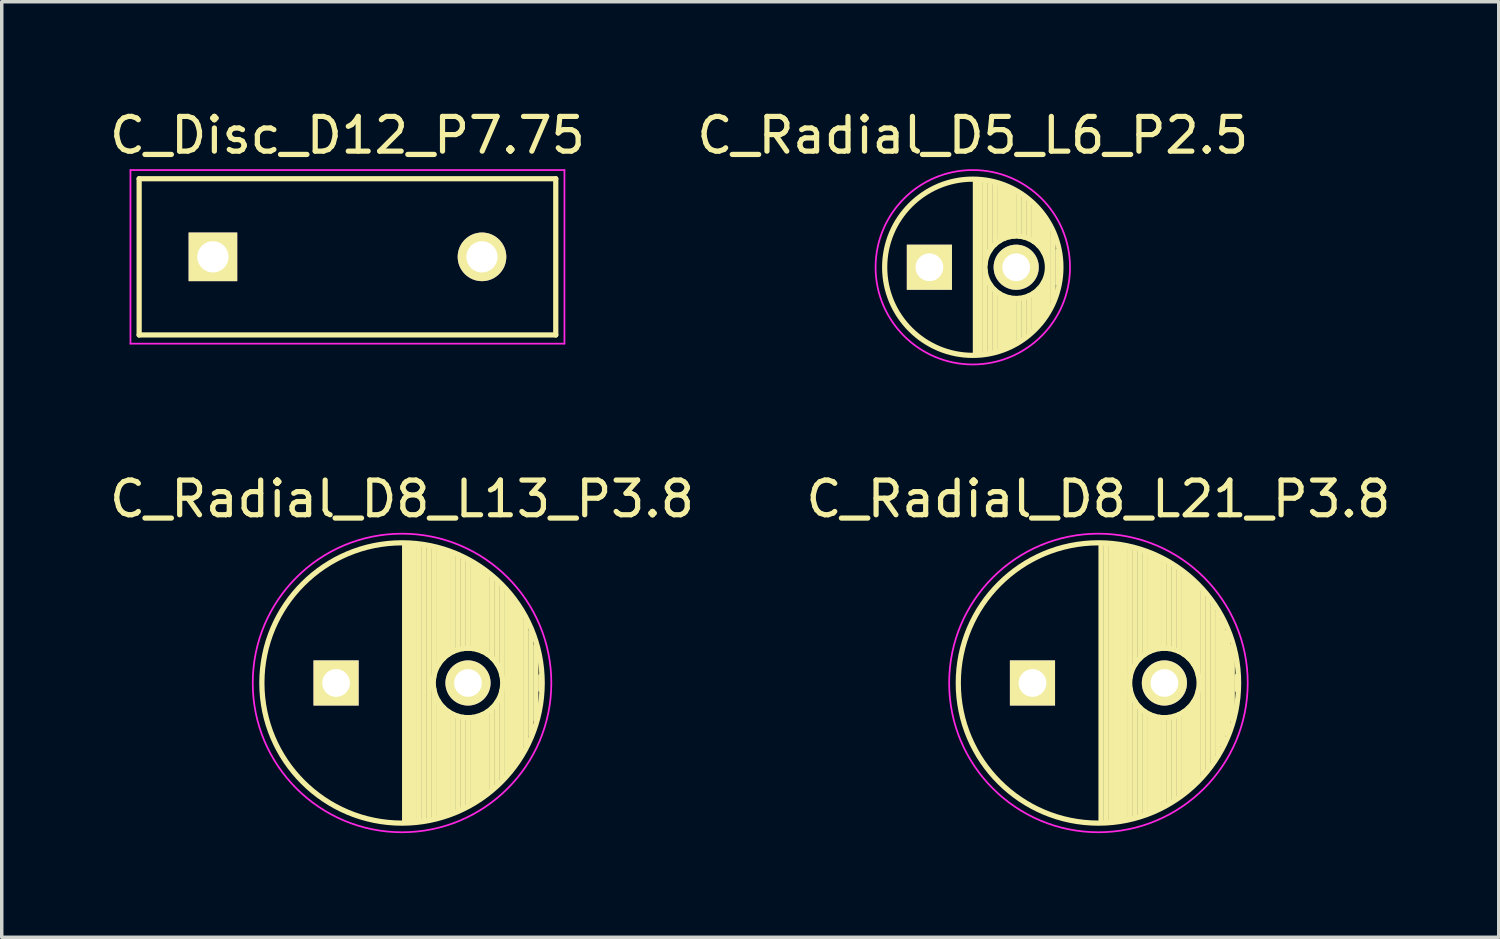
<source format=kicad_pcb>
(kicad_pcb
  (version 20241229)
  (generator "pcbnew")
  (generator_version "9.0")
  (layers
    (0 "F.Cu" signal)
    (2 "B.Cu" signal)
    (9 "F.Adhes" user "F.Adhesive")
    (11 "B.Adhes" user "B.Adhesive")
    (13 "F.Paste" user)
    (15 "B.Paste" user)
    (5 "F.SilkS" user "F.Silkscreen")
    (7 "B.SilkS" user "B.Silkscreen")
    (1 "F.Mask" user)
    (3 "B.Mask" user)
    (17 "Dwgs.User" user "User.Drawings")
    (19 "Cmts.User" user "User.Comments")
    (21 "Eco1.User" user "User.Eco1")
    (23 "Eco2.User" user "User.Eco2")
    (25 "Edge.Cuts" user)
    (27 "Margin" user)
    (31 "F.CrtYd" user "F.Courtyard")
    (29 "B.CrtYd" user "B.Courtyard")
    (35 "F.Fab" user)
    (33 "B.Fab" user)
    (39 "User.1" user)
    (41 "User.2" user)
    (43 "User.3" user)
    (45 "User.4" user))
  (footprint "C_Radial_D5_L6_P2.5"
    (layer "F.Cu")
    (at 23.72 4.648)
    (property "Reference" "C_Radial_D5_L6_P2.5" (at 1.25 -3.8 0) (layer "F.SilkS") (effects (font (size 1 1) (thickness 0.15))))
    (attr through_hole)
    (fp_line (start 1.325 -2.499) (end 1.325 2.499) (stroke (width 0.15) (type solid)) (layer "F.SilkS"))
    (fp_line (start 1.465 -2.491) (end 1.465 2.491) (stroke (width 0.15) (type solid)) (layer "F.SilkS"))
    (fp_line (start 1.605 -2.475) (end 1.605 -0.095) (stroke (width 0.15) (type solid)) (layer "F.SilkS"))
    (fp_line (start 1.605 0.095) (end 1.605 2.475) (stroke (width 0.15) (type solid)) (layer "F.SilkS"))
    (fp_line (start 1.745 -2.451) (end 1.745 -0.49) (stroke (width 0.15) (type solid)) (layer "F.SilkS"))
    (fp_line (start 1.745 0.49) (end 1.745 2.451) (stroke (width 0.15) (type solid)) (layer "F.SilkS"))
    (fp_line (start 1.885 -2.418) (end 1.885 -0.657) (stroke (width 0.15) (type solid)) (layer "F.SilkS"))
    (fp_line (start 1.885 0.657) (end 1.885 2.418) (stroke (width 0.15) (type solid)) (layer "F.SilkS"))
    (fp_line (start 2.025 -2.377) (end 2.025 -0.764) (stroke (width 0.15) (type solid)) (layer "F.SilkS"))
    (fp_line (start 2.025 0.764) (end 2.025 2.377) (stroke (width 0.15) (type solid)) (layer "F.SilkS"))
    (fp_line (start 2.165 -2.327) (end 2.165 -0.835) (stroke (width 0.15) (type solid)) (layer "F.SilkS"))
    (fp_line (start 2.165 0.835) (end 2.165 2.327) (stroke (width 0.15) (type solid)) (layer "F.SilkS"))
    (fp_line (start 2.305 -2.266) (end 2.305 -0.879) (stroke (width 0.15) (type solid)) (layer "F.SilkS"))
    (fp_line (start 2.305 0.879) (end 2.305 2.266) (stroke (width 0.15) (type solid)) (layer "F.SilkS"))
    (fp_line (start 2.445 -2.196) (end 2.445 -0.898) (stroke (width 0.15) (type solid)) (layer "F.SilkS"))
    (fp_line (start 2.445 0.898) (end 2.445 2.196) (stroke (width 0.15) (type solid)) (layer "F.SilkS"))
    (fp_line (start 2.585 -2.114) (end 2.585 -0.896) (stroke (width 0.15) (type solid)) (layer "F.SilkS"))
    (fp_line (start 2.585 0.896) (end 2.585 2.114) (stroke (width 0.15) (type solid)) (layer "F.SilkS"))
    (fp_line (start 2.725 -2.019) (end 2.725 -0.871) (stroke (width 0.15) (type solid)) (layer "F.SilkS"))
    (fp_line (start 2.725 0.871) (end 2.725 2.019) (stroke (width 0.15) (type solid)) (layer "F.SilkS"))
    (fp_line (start 2.865 -1.908) (end 2.865 -0.823) (stroke (width 0.15) (type solid)) (layer "F.SilkS"))
    (fp_line (start 2.865 0.823) (end 2.865 1.908) (stroke (width 0.15) (type solid)) (layer "F.SilkS"))
    (fp_line (start 3.005 -1.78) (end 3.005 -0.745) (stroke (width 0.15) (type solid)) (layer "F.SilkS"))
    (fp_line (start 3.005 0.745) (end 3.005 1.78) (stroke (width 0.15) (type solid)) (layer "F.SilkS"))
    (fp_line (start 3.145 -1.631) (end 3.145 -0.628) (stroke (width 0.15) (type solid)) (layer "F.SilkS"))
    (fp_line (start 3.145 0.628) (end 3.145 1.631) (stroke (width 0.15) (type solid)) (layer "F.SilkS"))
    (fp_line (start 3.285 -1.452) (end 3.285 -0.44) (stroke (width 0.15) (type solid)) (layer "F.SilkS"))
    (fp_line (start 3.285 0.44) (end 3.285 1.452) (stroke (width 0.15) (type solid)) (layer "F.SilkS"))
    (fp_line (start 3.425 -1.233) (end 3.425 1.233) (stroke (width 0.15) (type solid)) (layer "F.SilkS"))
    (fp_line (start 3.565 -0.944) (end 3.565 0.944) (stroke (width 0.15) (type solid)) (layer "F.SilkS"))
    (fp_line (start 3.705 -0.472) (end 3.705 0.472) (stroke (width 0.15) (type solid)) (layer "F.SilkS"))
    (fp_circle (center 1.25 0) (end 1.25 -2.538) (stroke (width 0.15) (type solid)) (fill no) (layer "F.SilkS"))
    (fp_circle (center 2.5 0) (end 2.5 -0.9) (stroke (width 0.15) (type solid)) (fill no) (layer "F.SilkS"))
    (fp_circle (center 1.25 0) (end 1.25 -2.8) (stroke (width 0.05) (type solid)) (fill no) (layer "F.CrtYd"))
    (pad "1" thru_hole rect (at 0 0) (size 1.3 1.3) (drill 0.8) (layers "*.Cu" "*.Mask" "F.SilkS"))
    (pad "2" thru_hole circle (at 2.5 0) (size 1.3 1.3) (drill 0.8) (layers "*.Cu" "*.Mask" "F.SilkS")))
  (footprint "C_Radial_D8_L13_P3.8"
    (layer "F.Cu")
    (at 6.63 16.622)
    (property "Reference" "C_Radial_D8_L13_P3.8" (at 1.9 -5.3 0) (layer "F.SilkS") (effects (font (size 1 1) (thickness 0.15))))
    (attr through_hole)
    (fp_line (start 1.975 -3.999) (end 1.975 3.999) (stroke (width 0.15) (type solid)) (layer "F.SilkS"))
    (fp_line (start 2.115 -3.994) (end 2.115 3.994) (stroke (width 0.15) (type solid)) (layer "F.SilkS"))
    (fp_line (start 2.255 -3.984) (end 2.255 3.984) (stroke (width 0.15) (type solid)) (layer "F.SilkS"))
    (fp_line (start 2.395 -3.969) (end 2.395 3.969) (stroke (width 0.15) (type solid)) (layer "F.SilkS"))
    (fp_line (start 2.535 -3.949) (end 2.535 3.949) (stroke (width 0.15) (type solid)) (layer "F.SilkS"))
    (fp_line (start 2.675 -3.924) (end 2.675 3.924) (stroke (width 0.15) (type solid)) (layer "F.SilkS"))
    (fp_line (start 2.815 -3.894) (end 2.815 -0.173) (stroke (width 0.15) (type solid)) (layer "F.SilkS"))
    (fp_line (start 2.815 0.173) (end 2.815 3.894) (stroke (width 0.15) (type solid)) (layer "F.SilkS"))
    (fp_line (start 2.955 -3.858) (end 2.955 -0.535) (stroke (width 0.15) (type solid)) (layer "F.SilkS"))
    (fp_line (start 2.955 0.535) (end 2.955 3.858) (stroke (width 0.15) (type solid)) (layer "F.SilkS"))
    (fp_line (start 3.095 -3.817) (end 3.095 -0.709) (stroke (width 0.15) (type solid)) (layer "F.SilkS"))
    (fp_line (start 3.095 0.709) (end 3.095 3.817) (stroke (width 0.15) (type solid)) (layer "F.SilkS"))
    (fp_line (start 3.235 -3.771) (end 3.235 -0.825) (stroke (width 0.15) (type solid)) (layer "F.SilkS"))
    (fp_line (start 3.235 0.825) (end 3.235 3.771) (stroke (width 0.15) (type solid)) (layer "F.SilkS"))
    (fp_line (start 3.375 -3.718) (end 3.375 -0.905) (stroke (width 0.15) (type solid)) (layer "F.SilkS"))
    (fp_line (start 3.375 0.905) (end 3.375 3.718) (stroke (width 0.15) (type solid)) (layer "F.SilkS"))
    (fp_line (start 3.515 -3.659) (end 3.515 -0.959) (stroke (width 0.15) (type solid)) (layer "F.SilkS"))
    (fp_line (start 3.515 0.959) (end 3.515 3.659) (stroke (width 0.15) (type solid)) (layer "F.SilkS"))
    (fp_line (start 3.655 -3.594) (end 3.655 -0.989) (stroke (width 0.15) (type solid)) (layer "F.SilkS"))
    (fp_line (start 3.655 0.989) (end 3.655 3.594) (stroke (width 0.15) (type solid)) (layer "F.SilkS"))
    (fp_line (start 3.795 -3.523) (end 3.795 -1) (stroke (width 0.15) (type solid)) (layer "F.SilkS"))
    (fp_line (start 3.795 1) (end 3.795 3.523) (stroke (width 0.15) (type solid)) (layer "F.SilkS"))
    (fp_line (start 3.935 -3.444) (end 3.935 -0.991) (stroke (width 0.15) (type solid)) (layer "F.SilkS"))
    (fp_line (start 3.935 0.991) (end 3.935 3.444) (stroke (width 0.15) (type solid)) (layer "F.SilkS"))
    (fp_line (start 4.075 -3.357) (end 4.075 -0.961) (stroke (width 0.15) (type solid)) (layer "F.SilkS"))
    (fp_line (start 4.075 0.961) (end 4.075 3.357) (stroke (width 0.15) (type solid)) (layer "F.SilkS"))
    (fp_line (start 4.215 -3.262) (end 4.215 -0.91) (stroke (width 0.15) (type solid)) (layer "F.SilkS"))
    (fp_line (start 4.215 0.91) (end 4.215 3.262) (stroke (width 0.15) (type solid)) (layer "F.SilkS"))
    (fp_line (start 4.355 -3.158) (end 4.355 -0.832) (stroke (width 0.15) (type solid)) (layer "F.SilkS"))
    (fp_line (start 4.355 0.832) (end 4.355 3.158) (stroke (width 0.15) (type solid)) (layer "F.SilkS"))
    (fp_line (start 4.495 -3.044) (end 4.495 -0.719) (stroke (width 0.15) (type solid)) (layer "F.SilkS"))
    (fp_line (start 4.495 0.719) (end 4.495 3.044) (stroke (width 0.15) (type solid)) (layer "F.SilkS"))
    (fp_line (start 4.635 -2.919) (end 4.635 -0.55) (stroke (width 0.15) (type solid)) (layer "F.SilkS"))
    (fp_line (start 4.635 0.55) (end 4.635 2.919) (stroke (width 0.15) (type solid)) (layer "F.SilkS"))
    (fp_line (start 4.775 -2.781) (end 4.775 -0.222) (stroke (width 0.15) (type solid)) (layer "F.SilkS"))
    (fp_line (start 4.775 0.222) (end 4.775 2.781) (stroke (width 0.15) (type solid)) (layer "F.SilkS"))
    (fp_line (start 4.915 -2.629) (end 4.915 2.629) (stroke (width 0.15) (type solid)) (layer "F.SilkS"))
    (fp_line (start 5.055 -2.459) (end 5.055 2.459) (stroke (width 0.15) (type solid)) (layer "F.SilkS"))
    (fp_line (start 5.195 -2.268) (end 5.195 2.268) (stroke (width 0.15) (type solid)) (layer "F.SilkS"))
    (fp_line (start 5.335 -2.05) (end 5.335 2.05) (stroke (width 0.15) (type solid)) (layer "F.SilkS"))
    (fp_line (start 5.475 -1.794) (end 5.475 1.794) (stroke (width 0.15) (type solid)) (layer "F.SilkS"))
    (fp_line (start 5.615 -1.483) (end 5.615 1.483) (stroke (width 0.15) (type solid)) (layer "F.SilkS"))
    (fp_line (start 5.755 -1.067) (end 5.755 1.067) (stroke (width 0.15) (type solid)) (layer "F.SilkS"))
    (fp_line (start 5.895 -0.2) (end 5.895 0.2) (stroke (width 0.15) (type solid)) (layer "F.SilkS"))
    (fp_circle (center 1.9 0) (end 1.9 -4.037) (stroke (width 0.15) (type solid)) (fill no) (layer "F.SilkS"))
    (fp_circle (center 3.8 0) (end 3.8 -1) (stroke (width 0.15) (type solid)) (fill no) (layer "F.SilkS"))
    (fp_circle (center 1.9 0) (end 1.9 -4.3) (stroke (width 0.05) (type solid)) (fill no) (layer "F.CrtYd"))
    (pad "1" thru_hole rect (at 0 0) (size 1.3 1.3) (drill 0.8) (layers "*.Cu" "*.Mask" "F.SilkS"))
    (pad "2" thru_hole circle (at 3.8 0) (size 1.3 1.3) (drill 0.8) (layers "*.Cu" "*.Mask" "F.SilkS")))
  (footprint "C_Radial_D8_L21_P3.8"
    (layer "F.Cu")
    (at 26.689 16.622)
    (property "Reference" "C_Radial_D8_L21_P3.8" (at 1.9 -5.3 0) (layer "F.SilkS") (effects (font (size 1 1) (thickness 0.15))))
    (attr through_hole)
    (fp_line (start 1.975 -3.999) (end 1.975 3.999) (stroke (width 0.15) (type solid)) (layer "F.SilkS"))
    (fp_line (start 2.115 -3.994) (end 2.115 3.994) (stroke (width 0.15) (type solid)) (layer "F.SilkS"))
    (fp_line (start 2.255 -3.984) (end 2.255 3.984) (stroke (width 0.15) (type solid)) (layer "F.SilkS"))
    (fp_line (start 2.395 -3.969) (end 2.395 3.969) (stroke (width 0.15) (type solid)) (layer "F.SilkS"))
    (fp_line (start 2.535 -3.949) (end 2.535 3.949) (stroke (width 0.15) (type solid)) (layer "F.SilkS"))
    (fp_line (start 2.675 -3.924) (end 2.675 3.924) (stroke (width 0.15) (type solid)) (layer "F.SilkS"))
    (fp_line (start 2.815 -3.894) (end 2.815 -0.173) (stroke (width 0.15) (type solid)) (layer "F.SilkS"))
    (fp_line (start 2.815 0.173) (end 2.815 3.894) (stroke (width 0.15) (type solid)) (layer "F.SilkS"))
    (fp_line (start 2.955 -3.858) (end 2.955 -0.535) (stroke (width 0.15) (type solid)) (layer "F.SilkS"))
    (fp_line (start 2.955 0.535) (end 2.955 3.858) (stroke (width 0.15) (type solid)) (layer "F.SilkS"))
    (fp_line (start 3.095 -3.817) (end 3.095 -0.709) (stroke (width 0.15) (type solid)) (layer "F.SilkS"))
    (fp_line (start 3.095 0.709) (end 3.095 3.817) (stroke (width 0.15) (type solid)) (layer "F.SilkS"))
    (fp_line (start 3.235 -3.771) (end 3.235 -0.825) (stroke (width 0.15) (type solid)) (layer "F.SilkS"))
    (fp_line (start 3.235 0.825) (end 3.235 3.771) (stroke (width 0.15) (type solid)) (layer "F.SilkS"))
    (fp_line (start 3.375 -3.718) (end 3.375 -0.905) (stroke (width 0.15) (type solid)) (layer "F.SilkS"))
    (fp_line (start 3.375 0.905) (end 3.375 3.718) (stroke (width 0.15) (type solid)) (layer "F.SilkS"))
    (fp_line (start 3.515 -3.659) (end 3.515 -0.959) (stroke (width 0.15) (type solid)) (layer "F.SilkS"))
    (fp_line (start 3.515 0.959) (end 3.515 3.659) (stroke (width 0.15) (type solid)) (layer "F.SilkS"))
    (fp_line (start 3.655 -3.594) (end 3.655 -0.989) (stroke (width 0.15) (type solid)) (layer "F.SilkS"))
    (fp_line (start 3.655 0.989) (end 3.655 3.594) (stroke (width 0.15) (type solid)) (layer "F.SilkS"))
    (fp_line (start 3.795 -3.523) (end 3.795 -1) (stroke (width 0.15) (type solid)) (layer "F.SilkS"))
    (fp_line (start 3.795 1) (end 3.795 3.523) (stroke (width 0.15) (type solid)) (layer "F.SilkS"))
    (fp_line (start 3.935 -3.444) (end 3.935 -0.991) (stroke (width 0.15) (type solid)) (layer "F.SilkS"))
    (fp_line (start 3.935 0.991) (end 3.935 3.444) (stroke (width 0.15) (type solid)) (layer "F.SilkS"))
    (fp_line (start 4.075 -3.357) (end 4.075 -0.961) (stroke (width 0.15) (type solid)) (layer "F.SilkS"))
    (fp_line (start 4.075 0.961) (end 4.075 3.357) (stroke (width 0.15) (type solid)) (layer "F.SilkS"))
    (fp_line (start 4.215 -3.262) (end 4.215 -0.91) (stroke (width 0.15) (type solid)) (layer "F.SilkS"))
    (fp_line (start 4.215 0.91) (end 4.215 3.262) (stroke (width 0.15) (type solid)) (layer "F.SilkS"))
    (fp_line (start 4.355 -3.158) (end 4.355 -0.832) (stroke (width 0.15) (type solid)) (layer "F.SilkS"))
    (fp_line (start 4.355 0.832) (end 4.355 3.158) (stroke (width 0.15) (type solid)) (layer "F.SilkS"))
    (fp_line (start 4.495 -3.044) (end 4.495 -0.719) (stroke (width 0.15) (type solid)) (layer "F.SilkS"))
    (fp_line (start 4.495 0.719) (end 4.495 3.044) (stroke (width 0.15) (type solid)) (layer "F.SilkS"))
    (fp_line (start 4.635 -2.919) (end 4.635 -0.55) (stroke (width 0.15) (type solid)) (layer "F.SilkS"))
    (fp_line (start 4.635 0.55) (end 4.635 2.919) (stroke (width 0.15) (type solid)) (layer "F.SilkS"))
    (fp_line (start 4.775 -2.781) (end 4.775 -0.222) (stroke (width 0.15) (type solid)) (layer "F.SilkS"))
    (fp_line (start 4.775 0.222) (end 4.775 2.781) (stroke (width 0.15) (type solid)) (layer "F.SilkS"))
    (fp_line (start 4.915 -2.629) (end 4.915 2.629) (stroke (width 0.15) (type solid)) (layer "F.SilkS"))
    (fp_line (start 5.055 -2.459) (end 5.055 2.459) (stroke (width 0.15) (type solid)) (layer "F.SilkS"))
    (fp_line (start 5.195 -2.268) (end 5.195 2.268) (stroke (width 0.15) (type solid)) (layer "F.SilkS"))
    (fp_line (start 5.335 -2.05) (end 5.335 2.05) (stroke (width 0.15) (type solid)) (layer "F.SilkS"))
    (fp_line (start 5.475 -1.794) (end 5.475 1.794) (stroke (width 0.15) (type solid)) (layer "F.SilkS"))
    (fp_line (start 5.615 -1.483) (end 5.615 1.483) (stroke (width 0.15) (type solid)) (layer "F.SilkS"))
    (fp_line (start 5.755 -1.067) (end 5.755 1.067) (stroke (width 0.15) (type solid)) (layer "F.SilkS"))
    (fp_line (start 5.895 -0.2) (end 5.895 0.2) (stroke (width 0.15) (type solid)) (layer "F.SilkS"))
    (fp_circle (center 1.9 0) (end 1.9 -4.037) (stroke (width 0.15) (type solid)) (fill no) (layer "F.SilkS"))
    (fp_circle (center 3.8 0) (end 3.8 -1) (stroke (width 0.15) (type solid)) (fill no) (layer "F.SilkS"))
    (fp_circle (center 1.9 0) (end 1.9 -4.3) (stroke (width 0.05) (type solid)) (fill no) (layer "F.CrtYd"))
    (pad "1" thru_hole rect (at 0 0) (size 1.3 1.3) (drill 0.8) (layers "*.Cu" "*.Mask" "F.SilkS"))
    (pad "2" thru_hole circle (at 3.8 0) (size 1.3 1.3) (drill 0.8) (layers "*.Cu" "*.Mask" "F.SilkS")))
  (footprint "C_Disc_D12_P7.75"
    (layer "F.Cu")
    (at 3.083 4.348)
    (property "Reference" "C_Disc_D12_P7.75" (at 3.875 -3.5 0) (layer "F.SilkS") (effects (font (size 1 1) (thickness 0.15))))
    (attr through_hole)
    (fp_line (start -2.125 -2.25) (end 9.875 -2.25) (stroke (width 0.15) (type solid)) (layer "F.SilkS"))
    (fp_line (start -2.125 2.25) (end -2.125 -2.25) (stroke (width 0.15) (type solid)) (layer "F.SilkS"))
    (fp_line (start 9.875 -2.25) (end 9.875 2.25) (stroke (width 0.15) (type solid)) (layer "F.SilkS"))
    (fp_line (start 9.875 2.25) (end -2.125 2.25) (stroke (width 0.15) (type solid)) (layer "F.SilkS"))
    (fp_line (start -2.375 -2.5) (end 10.125 -2.5) (stroke (width 0.05) (type solid)) (layer "F.CrtYd"))
    (fp_line (start -2.375 2.5) (end -2.375 -2.5) (stroke (width 0.05) (type solid)) (layer "F.CrtYd"))
    (fp_line (start 10.125 -2.5) (end 10.125 2.5) (stroke (width 0.05) (type solid)) (layer "F.CrtYd"))
    (fp_line (start 10.125 2.5) (end -2.375 2.5) (stroke (width 0.05) (type solid)) (layer "F.CrtYd"))
    (pad "1" thru_hole rect (at 0 0) (size 1.4 1.4) (drill 0.9) (layers "*.Cu" "*.Mask" "F.SilkS"))
    (pad "2" thru_hole circle (at 7.75 0) (size 1.4 1.4) (drill 0.9) (layers "*.Cu" "*.Mask" "F.SilkS")))
  (gr_rect
    (start -3 -3)
    (end 40.119 23.947)
    (stroke (width 0.1) (type default))
    (fill no)
    (layer "Edge.Cuts")))
</source>
